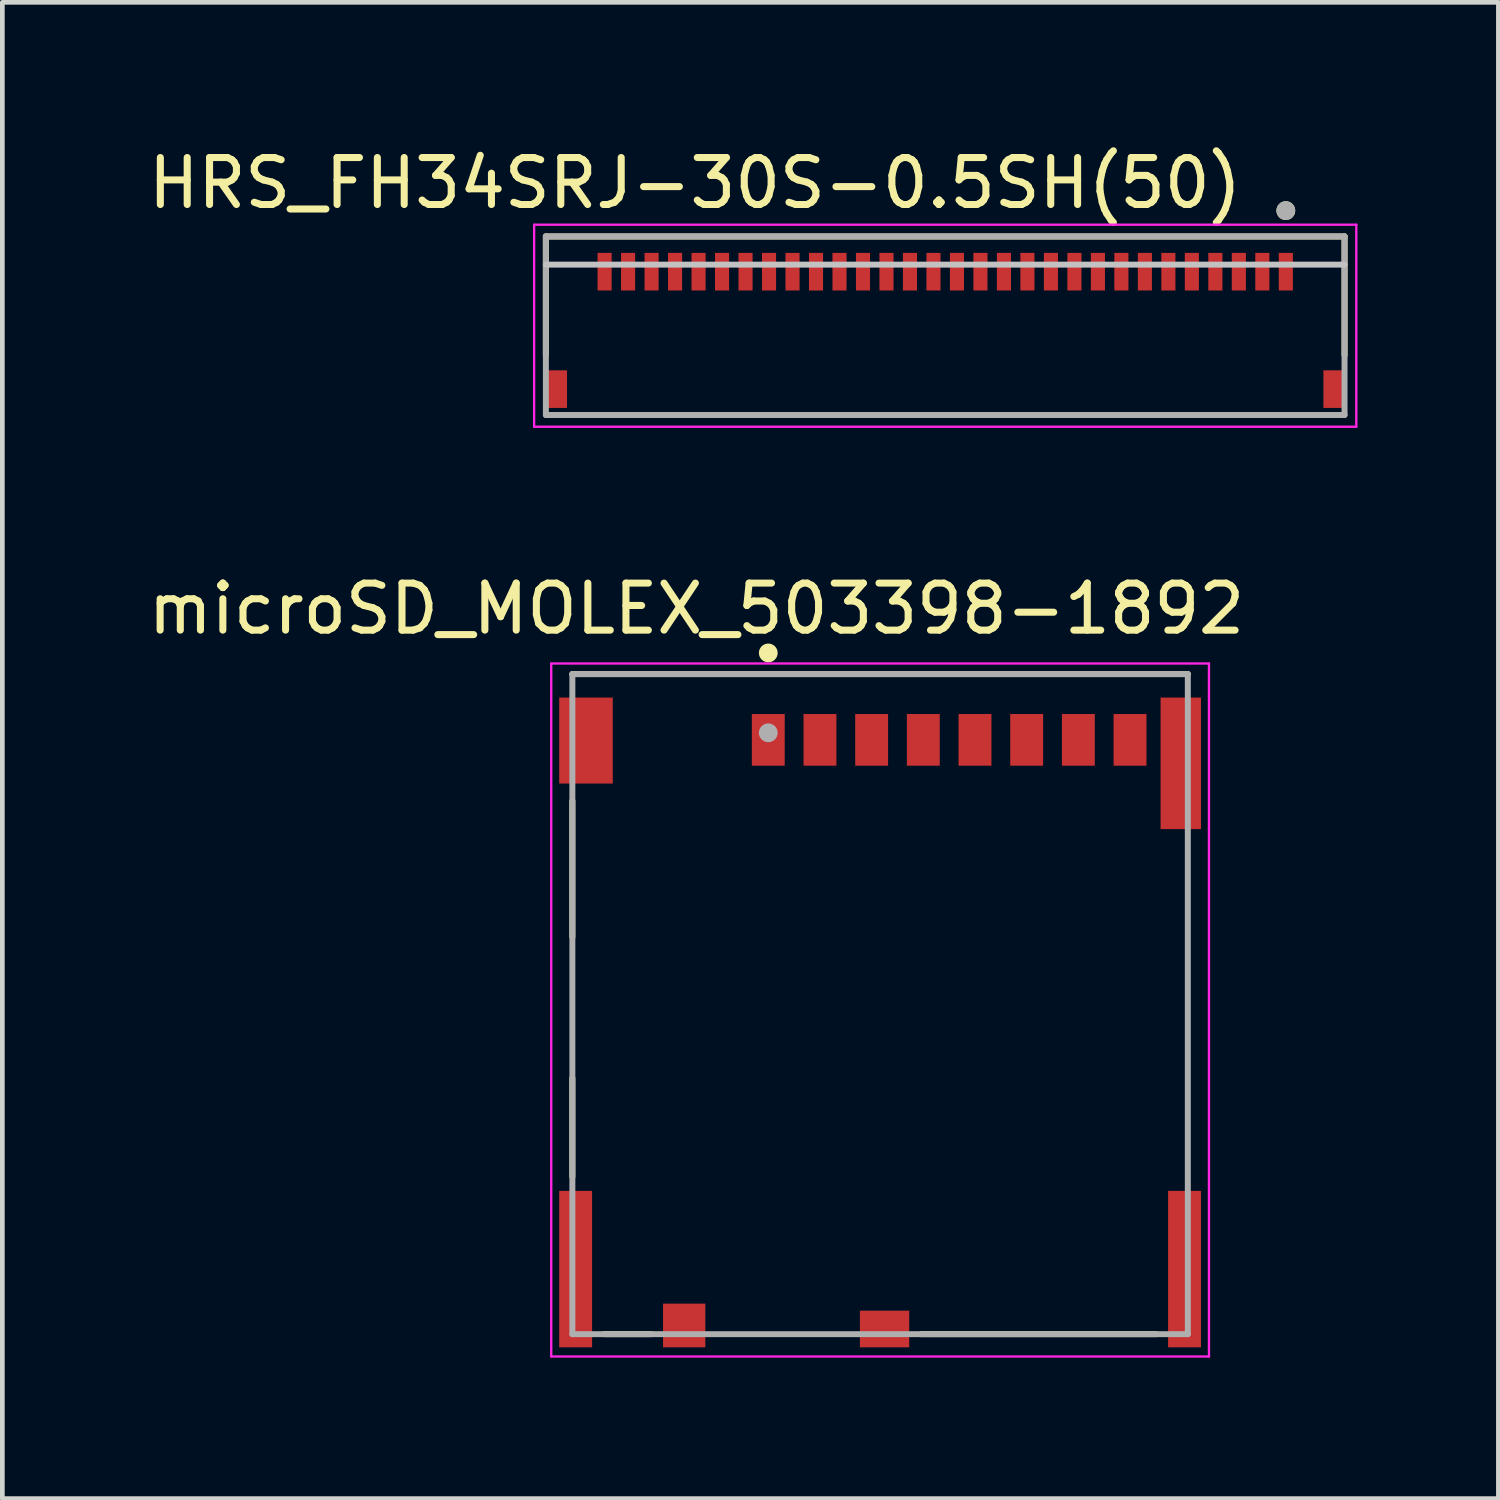
<source format=kicad_pcb>
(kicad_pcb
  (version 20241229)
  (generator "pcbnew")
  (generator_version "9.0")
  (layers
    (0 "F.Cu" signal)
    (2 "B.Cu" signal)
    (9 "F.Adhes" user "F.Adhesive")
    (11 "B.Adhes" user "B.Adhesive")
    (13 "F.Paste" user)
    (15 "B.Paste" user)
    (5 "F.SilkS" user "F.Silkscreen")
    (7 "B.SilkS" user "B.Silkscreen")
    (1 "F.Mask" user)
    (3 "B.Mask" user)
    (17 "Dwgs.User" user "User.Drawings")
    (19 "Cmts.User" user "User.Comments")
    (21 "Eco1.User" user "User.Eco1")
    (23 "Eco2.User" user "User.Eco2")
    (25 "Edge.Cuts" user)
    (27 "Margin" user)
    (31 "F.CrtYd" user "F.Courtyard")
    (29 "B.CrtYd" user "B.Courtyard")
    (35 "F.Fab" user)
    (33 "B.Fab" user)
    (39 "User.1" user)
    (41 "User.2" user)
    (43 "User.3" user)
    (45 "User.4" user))
  (footprint "microSD_MOLEX_503398-1892"
    (layer "F.Cu")
    (at 15.683 18.323)
    (property "Reference" "microSD_MOLEX_503398-1892" (at -3.908 -8.416 0) (layer "F.SilkS") (effects (font (size 1.001 1.001) (thickness 0.15))))
    (attr smd)
    (fp_line (start -6.55 -7.025) (end 6.55 -7.025) (stroke (width 0.127) (type solid)) (layer "F.SilkS"))
    (fp_line (start -6.55 -4.325) (end -6.55 -1.425) (stroke (width 0.127) (type solid)) (layer "F.SilkS"))
    (fp_line (start -6.55 1.575) (end -6.55 3.675) (stroke (width 0.127) (type solid)) (layer "F.SilkS"))
    (fp_line (start -5.876 7.025) (end -4.874 7.025) (stroke (width 0.127) (type solid)) (layer "F.SilkS"))
    (fp_line (start 0.874 7.025) (end 5.876 7.025) (stroke (width 0.127) (type solid)) (layer "F.SilkS"))
    (fp_circle (center -2.38 -7.475) (end -2.28 -7.475) (stroke (width 0.2) (type solid)) (fill no) (layer "F.SilkS"))
    (fp_line (start -7 -7.25) (end 7 -7.25) (stroke (width 0.05) (type solid)) (layer "F.CrtYd"))
    (fp_line (start -7 7.5) (end -7 -7.25) (stroke (width 0.05) (type solid)) (layer "F.CrtYd"))
    (fp_line (start 7 -7.25) (end 7 7.5) (stroke (width 0.05) (type solid)) (layer "F.CrtYd"))
    (fp_line (start 7 7.5) (end -7 7.5) (stroke (width 0.05) (type solid)) (layer "F.CrtYd"))
    (fp_line (start -6.55 -7.025) (end 6.55 -7.025) (stroke (width 0.127) (type solid)) (layer "F.Fab"))
    (fp_line (start -6.55 7.025) (end -6.55 -7.025) (stroke (width 0.127) (type solid)) (layer "F.Fab"))
    (fp_line (start 6.55 -7.025) (end 6.55 7.025) (stroke (width 0.127) (type solid)) (layer "F.Fab"))
    (fp_line (start 6.55 7.025) (end -6.55 7.025) (stroke (width 0.127) (type solid)) (layer "F.Fab"))
    (fp_circle (center -2.38 -5.775) (end -2.28 -5.775) (stroke (width 0.2) (type solid)) (fill no) (layer "F.Fab"))
    (pad "1" smd rect (at -2.38 -5.625) (size 0.7 1.1) (layers "F.Cu" "F.Mask" "F.Paste"))
    (pad "2" smd rect (at -1.28 -5.625) (size 0.7 1.1) (layers "F.Cu" "F.Mask" "F.Paste"))
    (pad "3" smd rect (at -0.18 -5.625) (size 0.7 1.1) (layers "F.Cu" "F.Mask" "F.Paste"))
    (pad "4" smd rect (at 0.92 -5.625) (size 0.7 1.1) (layers "F.Cu" "F.Mask" "F.Paste"))
    (pad "5" smd rect (at 2.02 -5.625) (size 0.7 1.1) (layers "F.Cu" "F.Mask" "F.Paste"))
    (pad "6" smd rect (at 3.12 -5.625) (size 0.7 1.1) (layers "F.Cu" "F.Mask" "F.Paste"))
    (pad "7" smd rect (at 4.22 -5.625) (size 0.7 1.1) (layers "F.Cu" "F.Mask" "F.Paste"))
    (pad "8" smd rect (at 5.32 -5.625) (size 0.7 1.1) (layers "F.Cu" "F.Mask" "F.Paste"))
    (pad "9" smd rect (at -4.17 6.84) (size 0.9 0.93) (layers "F.Cu" "F.Mask" "F.Paste"))
    (pad "10" smd rect (at 0.095 6.915) (size 1.05 0.78) (layers "F.Cu" "F.Mask" "F.Paste"))
    (pad "P1" smd rect (at -6.26 -5.61) (size 1.14 1.83) (layers "F.Cu" "F.Mask" "F.Paste"))
    (pad "P2" smd rect (at 6.4 -5.125) (size 0.86 2.8) (layers "F.Cu" "F.Mask" "F.Paste"))
    (pad "P3" smd rect (at -6.48 5.64) (size 0.7 3.33) (layers "F.Cu" "F.Mask" "F.Paste"))
    (pad "P4" smd rect (at 6.48 5.64) (size 0.7 3.33) (layers "F.Cu" "F.Mask" "F.Paste"))
    (zone (net_name "") (layer "F.Cu") (hatch full 0.508) (connect_pads) (min_thickness 0.01) (filled_areas_thickness no) (keepout (tracks not_allowed) (vias not_allowed) (pads not_allowed) (copperpour not_allowed) (footprints allowed)) (placement (enabled no)) (fill) (polygon (pts (xy 8.847 17.198) (xy 9.553 17.198) (xy 9.553 19.599) (xy 8.847 19.599))))
    (zone (net_name "") (layer "F.Cu") (hatch full 0.508) (connect_pads) (min_thickness 0.01) (filled_areas_thickness no) (keepout (tracks not_allowed) (vias not_allowed) (pads not_allowed) (copperpour not_allowed) (footprints allowed)) (placement (enabled no)) (fill) (polygon (pts (xy 10.438 22.898) (xy 10.998 22.898) (xy 10.998 25.061) (xy 10.438 25.061))))
    (zone (net_name "") (layer "F.Cu") (hatch full 0.508) (connect_pads) (min_thickness 0.01) (filled_areas_thickness no) (keepout (tracks not_allowed) (vias not_allowed) (pads not_allowed) (copperpour not_allowed) (footprints allowed)) (placement (enabled no)) (fill) (polygon (pts (xy 12.461 24.698) (xy 13.013 24.698) (xy 13.013 25.253) (xy 12.461 25.253))))
    (zone (net_name "") (layer "F.Cu") (hatch full 0.508) (connect_pads) (min_thickness 0.0001) (filled_areas_thickness no) (keepout (tracks not_allowed) (vias not_allowed) (pads not_allowed) (copperpour not_allowed) (footprints allowed)) (placement (enabled no)) (fill) (polygon (pts (xy 12.513 14.598) (xy 12.513 19.598) (xy 11.863 19.598) (xy 11.863 22.198) (xy 16.253 22.198) (xy 16.253 23.448) (xy 13.953 23.448) (xy 13.953 25.628) (xy 15.253 25.628) (xy 15.253 24.848) (xy 21.813 24.848) (xy 21.813 22.298) (xy 22.513 22.298) (xy 22.513 14.598))))
    (zone (net_name "") (layers "F.Cu" "B.Cu") (hatch full 0.508) (connect_pads) (min_thickness 0.01) (filled_areas_thickness no) (keepout (tracks allowed) (vias not_allowed) (pads allowed) (copperpour allowed) (footprints allowed)) (placement (enabled no)) (fill) (polygon (pts (xy 8.842 17.198) (xy 9.553 17.198) (xy 9.553 19.6) (xy 8.842 19.6))))
    (zone (net_name "") (layers "F.Cu" "B.Cu") (hatch full 0.508) (connect_pads) (min_thickness 0.01) (filled_areas_thickness no) (keepout (tracks allowed) (vias not_allowed) (pads allowed) (copperpour allowed) (footprints allowed)) (placement (enabled no)) (fill) (polygon (pts (xy 10.445 22.898) (xy 10.998 22.898) (xy 10.998 25.052) (xy 10.445 25.052))))
    (zone (net_name "") (layers "F.Cu" "B.Cu") (hatch full 0.508) (connect_pads) (min_thickness 0.01) (filled_areas_thickness no) (keepout (tracks allowed) (vias not_allowed) (pads allowed) (copperpour allowed) (footprints allowed)) (placement (enabled no)) (fill) (polygon (pts (xy 12.458 24.698) (xy 13.013 24.698) (xy 13.013 25.259) (xy 12.458 25.259))))
    (zone (net_name "") (layers "F.Cu" "B.Cu") (hatch full 0.508) (connect_pads) (min_thickness 0.0001) (filled_areas_thickness no) (keepout (tracks allowed) (vias not_allowed) (pads allowed) (copperpour allowed) (footprints allowed)) (placement (enabled no)) (fill) (polygon (pts (xy 12.513 14.598) (xy 12.513 19.598) (xy 11.863 19.598) (xy 11.863 22.198) (xy 16.253 22.198) (xy 16.253 23.448) (xy 13.953 23.448) (xy 13.953 25.628) (xy 15.253 25.628) (xy 15.253 24.848) (xy 21.813 24.848) (xy 21.813 22.298) (xy 22.513 22.298) (xy 22.513 14.598)))))
  (footprint "HRS_FH34SRJ-30S-0.5SH(50)"
    (layer "F.Cu")
    (at 17.069 2.733)
    (property "Reference" "HRS_FH34SRJ-30S-0.5SH(50)" (at -5.325 -1.885 0) (layer "F.SilkS") (effects (font (size 1 1) (thickness 0.15))))
    (attr smd)
    (fp_line (start -8.5 -0.75) (end 8.5 -0.75) (stroke (width 0.127) (type solid)) (layer "F.SilkS"))
    (fp_line (start -8.5 1.78) (end -8.5 -0.75) (stroke (width 0.127) (type solid)) (layer "F.SilkS"))
    (fp_line (start -7.73 3.05) (end 7.73 3.05) (stroke (width 0.127) (type solid)) (layer "F.SilkS"))
    (fp_line (start 8.5 -0.75) (end 8.5 1.78) (stroke (width 0.127) (type solid)) (layer "F.SilkS"))
    (fp_circle (center 7.25 -1.3) (end 7.35 -1.3) (stroke (width 0.2) (type solid)) (fill no) (layer "F.SilkS"))
    (fp_poly (pts (xy -7.375 -0.4) (xy -7.125 -0.4) (xy -7.125 0.25) (xy -7.375 0.25)) (stroke (width 0.01) (type solid)) (fill yes) (layer "F.Paste"))
    (fp_poly (pts (xy -6.875 -0.4) (xy -6.625 -0.4) (xy -6.625 0.25) (xy -6.875 0.25)) (stroke (width 0.01) (type solid)) (fill yes) (layer "F.Paste"))
    (fp_poly (pts (xy -6.375 -0.4) (xy -6.125 -0.4) (xy -6.125 0.25) (xy -6.375 0.25)) (stroke (width 0.01) (type solid)) (fill yes) (layer "F.Paste"))
    (fp_poly (pts (xy -5.875 -0.4) (xy -5.625 -0.4) (xy -5.625 0.25) (xy -5.875 0.25)) (stroke (width 0.01) (type solid)) (fill yes) (layer "F.Paste"))
    (fp_poly (pts (xy -5.375 -0.4) (xy -5.125 -0.4) (xy -5.125 0.25) (xy -5.375 0.25)) (stroke (width 0.01) (type solid)) (fill yes) (layer "F.Paste"))
    (fp_poly (pts (xy -4.875 -0.4) (xy -4.625 -0.4) (xy -4.625 0.25) (xy -4.875 0.25)) (stroke (width 0.01) (type solid)) (fill yes) (layer "F.Paste"))
    (fp_poly (pts (xy -4.375 -0.4) (xy -4.125 -0.4) (xy -4.125 0.25) (xy -4.375 0.25)) (stroke (width 0.01) (type solid)) (fill yes) (layer "F.Paste"))
    (fp_poly (pts (xy -3.875 -0.4) (xy -3.625 -0.4) (xy -3.625 0.25) (xy -3.875 0.25)) (stroke (width 0.01) (type solid)) (fill yes) (layer "F.Paste"))
    (fp_poly (pts (xy -3.375 -0.4) (xy -3.125 -0.4) (xy -3.125 0.25) (xy -3.375 0.25)) (stroke (width 0.01) (type solid)) (fill yes) (layer "F.Paste"))
    (fp_poly (pts (xy -2.875 -0.4) (xy -2.625 -0.4) (xy -2.625 0.25) (xy -2.875 0.25)) (stroke (width 0.01) (type solid)) (fill yes) (layer "F.Paste"))
    (fp_poly (pts (xy -2.375 -0.4) (xy -2.125 -0.4) (xy -2.125 0.25) (xy -2.375 0.25)) (stroke (width 0.01) (type solid)) (fill yes) (layer "F.Paste"))
    (fp_poly (pts (xy -1.875 -0.4) (xy -1.625 -0.4) (xy -1.625 0.25) (xy -1.875 0.25)) (stroke (width 0.01) (type solid)) (fill yes) (layer "F.Paste"))
    (fp_poly (pts (xy -1.375 -0.4) (xy -1.125 -0.4) (xy -1.125 0.25) (xy -1.375 0.25)) (stroke (width 0.01) (type solid)) (fill yes) (layer "F.Paste"))
    (fp_poly (pts (xy -0.875 -0.4) (xy -0.625 -0.4) (xy -0.625 0.25) (xy -0.875 0.25)) (stroke (width 0.01) (type solid)) (fill yes) (layer "F.Paste"))
    (fp_poly (pts (xy -0.375 -0.4) (xy -0.125 -0.4) (xy -0.125 0.25) (xy -0.375 0.25)) (stroke (width 0.01) (type solid)) (fill yes) (layer "F.Paste"))
    (fp_poly (pts (xy 0.125 -0.4) (xy 0.375 -0.4) (xy 0.375 0.25) (xy 0.125 0.25)) (stroke (width 0.01) (type solid)) (fill yes) (layer "F.Paste"))
    (fp_poly (pts (xy 0.625 -0.4) (xy 0.875 -0.4) (xy 0.875 0.25) (xy 0.625 0.25)) (stroke (width 0.01) (type solid)) (fill yes) (layer "F.Paste"))
    (fp_poly (pts (xy 1.125 -0.4) (xy 1.375 -0.4) (xy 1.375 0.25) (xy 1.125 0.25)) (stroke (width 0.01) (type solid)) (fill yes) (layer "F.Paste"))
    (fp_poly (pts (xy 1.625 -0.4) (xy 1.875 -0.4) (xy 1.875 0.25) (xy 1.625 0.25)) (stroke (width 0.01) (type solid)) (fill yes) (layer "F.Paste"))
    (fp_poly (pts (xy 2.125 -0.4) (xy 2.375 -0.4) (xy 2.375 0.25) (xy 2.125 0.25)) (stroke (width 0.01) (type solid)) (fill yes) (layer "F.Paste"))
    (fp_poly (pts (xy 2.625 -0.4) (xy 2.875 -0.4) (xy 2.875 0.25) (xy 2.625 0.25)) (stroke (width 0.01) (type solid)) (fill yes) (layer "F.Paste"))
    (fp_poly (pts (xy 3.125 -0.4) (xy 3.375 -0.4) (xy 3.375 0.25) (xy 3.125 0.25)) (stroke (width 0.01) (type solid)) (fill yes) (layer "F.Paste"))
    (fp_poly (pts (xy 3.625 -0.4) (xy 3.875 -0.4) (xy 3.875 0.25) (xy 3.625 0.25)) (stroke (width 0.01) (type solid)) (fill yes) (layer "F.Paste"))
    (fp_poly (pts (xy 4.125 -0.4) (xy 4.375 -0.4) (xy 4.375 0.25) (xy 4.125 0.25)) (stroke (width 0.01) (type solid)) (fill yes) (layer "F.Paste"))
    (fp_poly (pts (xy 4.625 -0.4) (xy 4.875 -0.4) (xy 4.875 0.25) (xy 4.625 0.25)) (stroke (width 0.01) (type solid)) (fill yes) (layer "F.Paste"))
    (fp_poly (pts (xy 5.125 -0.4) (xy 5.375 -0.4) (xy 5.375 0.25) (xy 5.125 0.25)) (stroke (width 0.01) (type solid)) (fill yes) (layer "F.Paste"))
    (fp_poly (pts (xy 5.625 -0.4) (xy 5.875 -0.4) (xy 5.875 0.25) (xy 5.625 0.25)) (stroke (width 0.01) (type solid)) (fill yes) (layer "F.Paste"))
    (fp_poly (pts (xy 6.125 -0.4) (xy 6.375 -0.4) (xy 6.375 0.25) (xy 6.125 0.25)) (stroke (width 0.01) (type solid)) (fill yes) (layer "F.Paste"))
    (fp_poly (pts (xy 6.625 -0.4) (xy 6.875 -0.4) (xy 6.875 0.25) (xy 6.625 0.25)) (stroke (width 0.01) (type solid)) (fill yes) (layer "F.Paste"))
    (fp_poly (pts (xy 7.125 -0.4) (xy 7.375 -0.4) (xy 7.375 0.25) (xy 7.125 0.25)) (stroke (width 0.01) (type solid)) (fill yes) (layer "F.Paste"))
    (fp_line (start -8.5 -0.15) (end 8.5 -0.15) (stroke (width 0.127) (type solid)) (layer "Dwgs.User"))
    (fp_line (start -8.75 -1) (end 8.75 -1) (stroke (width 0.05) (type solid)) (layer "F.CrtYd"))
    (fp_line (start -8.75 3.3) (end -8.75 -1) (stroke (width 0.05) (type solid)) (layer "F.CrtYd"))
    (fp_line (start 8.75 -1) (end 8.75 3.3) (stroke (width 0.05) (type solid)) (layer "F.CrtYd"))
    (fp_line (start 8.75 3.3) (end -8.75 3.3) (stroke (width 0.05) (type solid)) (layer "F.CrtYd"))
    (fp_line (start -8.5 -0.75) (end 8.5 -0.75) (stroke (width 0.127) (type solid)) (layer "F.Fab"))
    (fp_line (start -8.5 3.05) (end -8.5 -0.75) (stroke (width 0.127) (type solid)) (layer "F.Fab"))
    (fp_line (start 8.5 -0.75) (end 8.5 3.05) (stroke (width 0.127) (type solid)) (layer "F.Fab"))
    (fp_line (start 8.5 3.05) (end -8.5 3.05) (stroke (width 0.127) (type solid)) (layer "F.Fab"))
    (fp_circle (center 7.25 -1.3) (end 7.35 -1.3) (stroke (width 0.2) (type solid)) (fill no) (layer "F.Fab"))
    (pad "1" smd rect (at 7.25 0) (size 0.3 0.8) (layers "F.Cu" "F.Mask"))
    (pad "2" smd rect (at 6.75 0) (size 0.3 0.8) (layers "F.Cu" "F.Mask"))
    (pad "3" smd rect (at 6.25 0) (size 0.3 0.8) (layers "F.Cu" "F.Mask"))
    (pad "4" smd rect (at 5.75 0) (size 0.3 0.8) (layers "F.Cu" "F.Mask"))
    (pad "5" smd rect (at 5.25 0) (size 0.3 0.8) (layers "F.Cu" "F.Mask"))
    (pad "6" smd rect (at 4.75 0) (size 0.3 0.8) (layers "F.Cu" "F.Mask"))
    (pad "7" smd rect (at 4.25 0) (size 0.3 0.8) (layers "F.Cu" "F.Mask"))
    (pad "8" smd rect (at 3.75 0) (size 0.3 0.8) (layers "F.Cu" "F.Mask"))
    (pad "9" smd rect (at 3.25 0) (size 0.3 0.8) (layers "F.Cu" "F.Mask"))
    (pad "10" smd rect (at 2.75 0) (size 0.3 0.8) (layers "F.Cu" "F.Mask"))
    (pad "11" smd rect (at 2.25 0) (size 0.3 0.8) (layers "F.Cu" "F.Mask"))
    (pad "12" smd rect (at 1.75 0) (size 0.3 0.8) (layers "F.Cu" "F.Mask"))
    (pad "13" smd rect (at 1.25 0) (size 0.3 0.8) (layers "F.Cu" "F.Mask"))
    (pad "14" smd rect (at 0.75 0) (size 0.3 0.8) (layers "F.Cu" "F.Mask"))
    (pad "15" smd rect (at 0.25 0) (size 0.3 0.8) (layers "F.Cu" "F.Mask"))
    (pad "16" smd rect (at -0.25 0) (size 0.3 0.8) (layers "F.Cu" "F.Mask"))
    (pad "17" smd rect (at -0.75 0) (size 0.3 0.8) (layers "F.Cu" "F.Mask"))
    (pad "18" smd rect (at -1.25 0) (size 0.3 0.8) (layers "F.Cu" "F.Mask"))
    (pad "19" smd rect (at -1.75 0) (size 0.3 0.8) (layers "F.Cu" "F.Mask"))
    (pad "20" smd rect (at -2.25 0) (size 0.3 0.8) (layers "F.Cu" "F.Mask"))
    (pad "21" smd rect (at -2.75 0) (size 0.3 0.8) (layers "F.Cu" "F.Mask"))
    (pad "22" smd rect (at -3.25 0) (size 0.3 0.8) (layers "F.Cu" "F.Mask"))
    (pad "23" smd rect (at -3.75 0) (size 0.3 0.8) (layers "F.Cu" "F.Mask"))
    (pad "24" smd rect (at -4.25 0) (size 0.3 0.8) (layers "F.Cu" "F.Mask"))
    (pad "25" smd rect (at -4.75 0) (size 0.3 0.8) (layers "F.Cu" "F.Mask"))
    (pad "26" smd rect (at -5.25 0) (size 0.3 0.8) (layers "F.Cu" "F.Mask"))
    (pad "27" smd rect (at -5.75 0) (size 0.3 0.8) (layers "F.Cu" "F.Mask"))
    (pad "28" smd rect (at -6.25 0) (size 0.3 0.8) (layers "F.Cu" "F.Mask"))
    (pad "29" smd rect (at -6.75 0) (size 0.3 0.8) (layers "F.Cu" "F.Mask"))
    (pad "30" smd rect (at -7.25 0) (size 0.3 0.8) (layers "F.Cu" "F.Mask"))
    (pad "S1" smd rect (at 8.25 2.5) (size 0.4 0.8) (layers "F.Cu" "F.Mask" "F.Paste"))
    (pad "S2" smd rect (at -8.25 2.5) (size 0.4 0.8) (layers "F.Cu" "F.Mask" "F.Paste")))
  (gr_rect
    (start -3 -3)
    (end 28.844 28.848)
    (stroke (width 0.1) (type default))
    (fill no)
    (layer "Edge.Cuts")))
</source>
